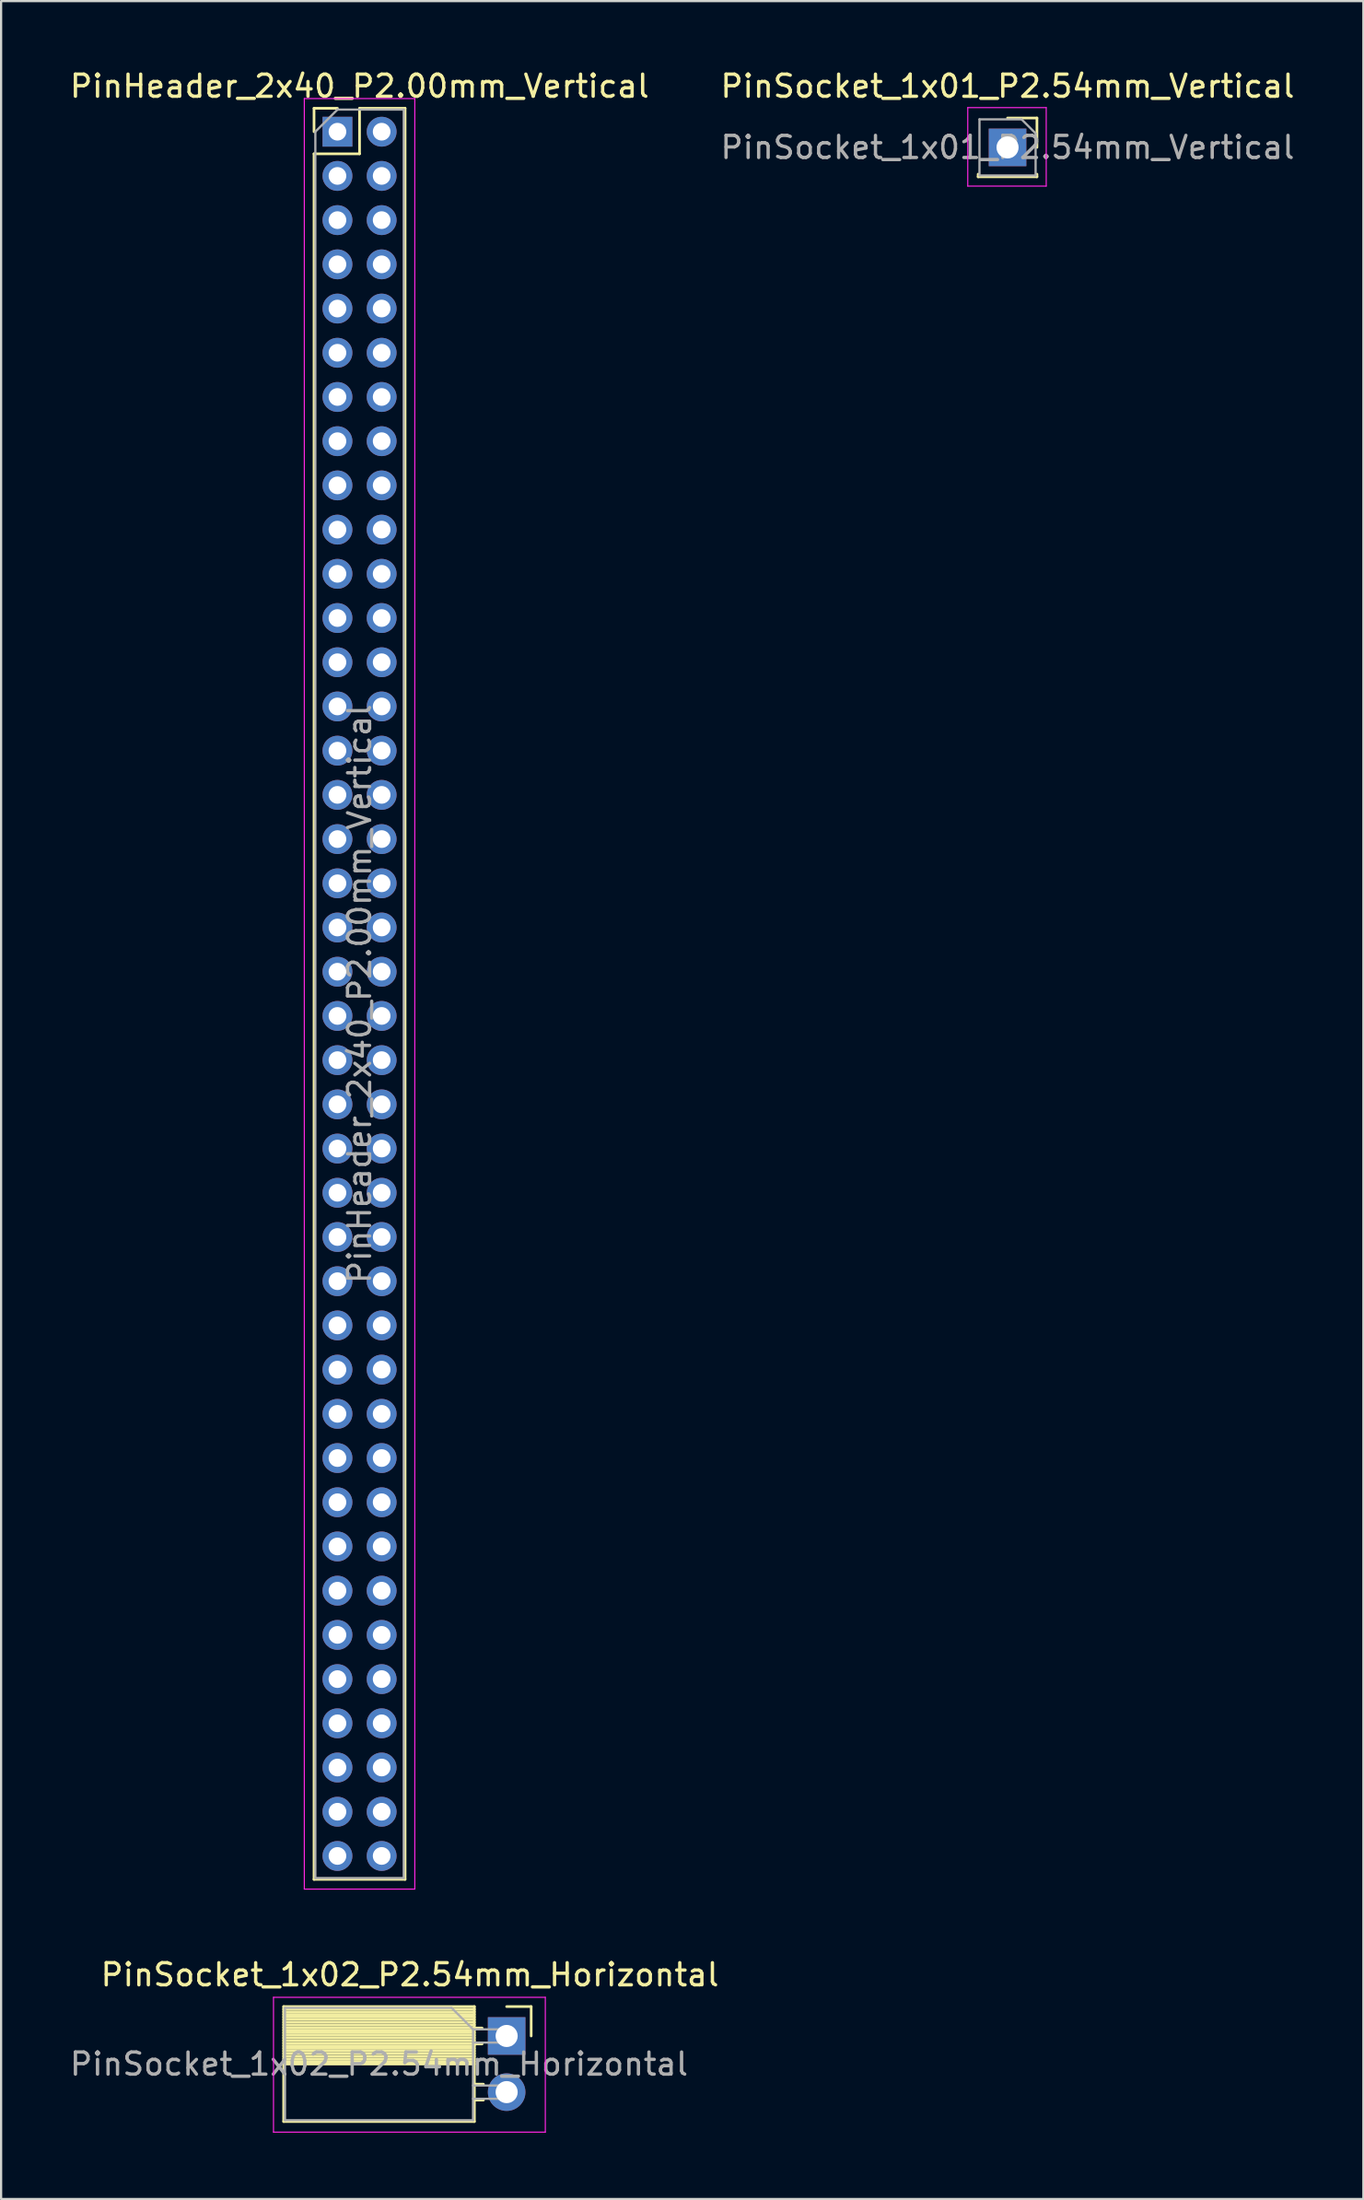
<source format=kicad_pcb>
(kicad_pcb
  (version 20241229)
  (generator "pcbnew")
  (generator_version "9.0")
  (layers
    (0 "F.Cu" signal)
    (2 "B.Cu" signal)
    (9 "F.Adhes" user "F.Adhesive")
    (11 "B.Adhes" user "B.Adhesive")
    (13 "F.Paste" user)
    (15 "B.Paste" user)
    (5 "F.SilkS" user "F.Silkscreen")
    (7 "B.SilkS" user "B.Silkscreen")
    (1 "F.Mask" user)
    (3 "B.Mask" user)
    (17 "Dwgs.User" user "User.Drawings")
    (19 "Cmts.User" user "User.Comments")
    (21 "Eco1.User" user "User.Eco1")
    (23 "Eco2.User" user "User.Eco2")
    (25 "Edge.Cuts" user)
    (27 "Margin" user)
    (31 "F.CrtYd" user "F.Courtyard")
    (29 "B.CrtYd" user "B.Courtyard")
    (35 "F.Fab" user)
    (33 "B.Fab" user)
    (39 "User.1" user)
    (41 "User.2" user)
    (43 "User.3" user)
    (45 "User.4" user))
  (footprint "PinSocket_1x02_P2.54mm_Horizontal"
    (layer "F.Cu")
    (at 19.876 89.052)
    (property "Reference" "PinSocket_1x02_P2.54mm_Horizontal" (at -4.38 -2.77 0) (layer "F.SilkS") (effects (font (size 1 1) (thickness 0.15))))
    (attr through_hole)
    (fp_line (start -10.09 -1.33) (end -10.09 3.87) (stroke (width 0.12) (type solid)) (layer "F.SilkS"))
    (fp_line (start -10.09 -1.33) (end -1.46 -1.33) (stroke (width 0.12) (type solid)) (layer "F.SilkS"))
    (fp_line (start -10.09 -1.21) (end -1.46 -1.21) (stroke (width 0.12) (type solid)) (layer "F.SilkS"))
    (fp_line (start -10.09 -1.092) (end -1.46 -1.092) (stroke (width 0.12) (type solid)) (layer "F.SilkS"))
    (fp_line (start -10.09 -0.974) (end -1.46 -0.974) (stroke (width 0.12) (type solid)) (layer "F.SilkS"))
    (fp_line (start -10.09 -0.856) (end -1.46 -0.856) (stroke (width 0.12) (type solid)) (layer "F.SilkS"))
    (fp_line (start -10.09 -0.738) (end -1.46 -0.738) (stroke (width 0.12) (type solid)) (layer "F.SilkS"))
    (fp_line (start -10.09 -0.62) (end -1.46 -0.62) (stroke (width 0.12) (type solid)) (layer "F.SilkS"))
    (fp_line (start -10.09 -0.501) (end -1.46 -0.501) (stroke (width 0.12) (type solid)) (layer "F.SilkS"))
    (fp_line (start -10.09 -0.383) (end -1.46 -0.383) (stroke (width 0.12) (type solid)) (layer "F.SilkS"))
    (fp_line (start -10.09 -0.265) (end -1.46 -0.265) (stroke (width 0.12) (type solid)) (layer "F.SilkS"))
    (fp_line (start -10.09 -0.147) (end -1.46 -0.147) (stroke (width 0.12) (type solid)) (layer "F.SilkS"))
    (fp_line (start -10.09 -0.029) (end -1.46 -0.029) (stroke (width 0.12) (type solid)) (layer "F.SilkS"))
    (fp_line (start -10.09 0.089) (end -1.46 0.089) (stroke (width 0.12) (type solid)) (layer "F.SilkS"))
    (fp_line (start -10.09 0.207) (end -1.46 0.207) (stroke (width 0.12) (type solid)) (layer "F.SilkS"))
    (fp_line (start -10.09 0.325) (end -1.46 0.325) (stroke (width 0.12) (type solid)) (layer "F.SilkS"))
    (fp_line (start -10.09 0.443) (end -1.46 0.443) (stroke (width 0.12) (type solid)) (layer "F.SilkS"))
    (fp_line (start -10.09 0.561) (end -1.46 0.561) (stroke (width 0.12) (type solid)) (layer "F.SilkS"))
    (fp_line (start -10.09 0.68) (end -1.46 0.68) (stroke (width 0.12) (type solid)) (layer "F.SilkS"))
    (fp_line (start -10.09 0.798) (end -1.46 0.798) (stroke (width 0.12) (type solid)) (layer "F.SilkS"))
    (fp_line (start -10.09 0.916) (end -1.46 0.916) (stroke (width 0.12) (type solid)) (layer "F.SilkS"))
    (fp_line (start -10.09 1.034) (end -1.46 1.034) (stroke (width 0.12) (type solid)) (layer "F.SilkS"))
    (fp_line (start -10.09 1.152) (end -1.46 1.152) (stroke (width 0.12) (type solid)) (layer "F.SilkS"))
    (fp_line (start -10.09 1.27) (end -1.46 1.27) (stroke (width 0.12) (type solid)) (layer "F.SilkS"))
    (fp_line (start -10.09 3.87) (end -1.46 3.87) (stroke (width 0.12) (type solid)) (layer "F.SilkS"))
    (fp_line (start -1.46 -1.33) (end -1.46 3.87) (stroke (width 0.12) (type solid)) (layer "F.SilkS"))
    (fp_line (start -1.46 -0.36) (end -1.11 -0.36) (stroke (width 0.12) (type solid)) (layer "F.SilkS"))
    (fp_line (start -1.46 0.36) (end -1.11 0.36) (stroke (width 0.12) (type solid)) (layer "F.SilkS"))
    (fp_line (start -1.46 2.18) (end -1.05 2.18) (stroke (width 0.12) (type solid)) (layer "F.SilkS"))
    (fp_line (start -1.46 2.9) (end -1.05 2.9) (stroke (width 0.12) (type solid)) (layer "F.SilkS"))
    (fp_line (start 0 -1.33) (end 1.11 -1.33) (stroke (width 0.12) (type solid)) (layer "F.SilkS"))
    (fp_line (start 1.11 -1.33) (end 1.11 0) (stroke (width 0.12) (type solid)) (layer "F.SilkS"))
    (fp_line (start -10.55 -1.75) (end -10.55 4.35) (stroke (width 0.05) (type solid)) (layer "F.CrtYd"))
    (fp_line (start -10.55 4.35) (end 1.75 4.35) (stroke (width 0.05) (type solid)) (layer "F.CrtYd"))
    (fp_line (start 1.75 -1.75) (end -10.55 -1.75) (stroke (width 0.05) (type solid)) (layer "F.CrtYd"))
    (fp_line (start 1.75 4.35) (end 1.75 -1.75) (stroke (width 0.05) (type solid)) (layer "F.CrtYd"))
    (fp_line (start -10.03 -1.27) (end -2.49 -1.27) (stroke (width 0.1) (type solid)) (layer "F.Fab"))
    (fp_line (start -10.03 3.81) (end -10.03 -1.27) (stroke (width 0.1) (type solid)) (layer "F.Fab"))
    (fp_line (start -2.49 -1.27) (end -1.52 -0.3) (stroke (width 0.1) (type solid)) (layer "F.Fab"))
    (fp_line (start -1.52 -0.3) (end -1.52 3.81) (stroke (width 0.1) (type solid)) (layer "F.Fab"))
    (fp_line (start -1.52 0.3) (end 0 0.3) (stroke (width 0.1) (type solid)) (layer "F.Fab"))
    (fp_line (start -1.52 2.84) (end 0 2.84) (stroke (width 0.1) (type solid)) (layer "F.Fab"))
    (fp_line (start -1.52 3.81) (end -10.03 3.81) (stroke (width 0.1) (type solid)) (layer "F.Fab"))
    (fp_line (start 0 -0.3) (end -1.52 -0.3) (stroke (width 0.1) (type solid)) (layer "F.Fab"))
    (fp_line (start 0 0.3) (end 0 -0.3) (stroke (width 0.1) (type solid)) (layer "F.Fab"))
    (fp_line (start 0 2.24) (end -1.52 2.24) (stroke (width 0.1) (type solid)) (layer "F.Fab"))
    (fp_line (start 0 2.84) (end 0 2.24) (stroke (width 0.1) (type solid)) (layer "F.Fab"))
    (fp_text user "${REFERENCE}" (at -5.775 1.27 0) (layer "F.Fab") (effects (font (size 1 1) (thickness 0.15))))
    (pad "1" thru_hole rect (at 0 0) (size 1.7 1.7) (drill 1) (layers "*.Cu" "*.Mask"))
    (pad "2" thru_hole oval (at 0 2.54) (size 1.7 1.7) (drill 1) (layers "*.Cu" "*.Mask")))
  (footprint "PinHeader_2x40_P2.00mm_Vertical"
    (layer "F.Cu")
    (at 12.22 2.908)
    (property "Reference" "PinHeader_2x40_P2.00mm_Vertical" (at 1 -2.06 0) (layer "F.SilkS") (effects (font (size 1 1) (thickness 0.15))))
    (attr through_hole)
    (fp_line (start -1.06 -1.06) (end 0 -1.06) (stroke (width 0.12) (type solid)) (layer "F.SilkS"))
    (fp_line (start -1.06 0) (end -1.06 -1.06) (stroke (width 0.12) (type solid)) (layer "F.SilkS"))
    (fp_line (start -1.06 1) (end -1.06 79.06) (stroke (width 0.12) (type solid)) (layer "F.SilkS"))
    (fp_line (start -1.06 1) (end 1 1) (stroke (width 0.12) (type solid)) (layer "F.SilkS"))
    (fp_line (start -1.06 79.06) (end 3.06 79.06) (stroke (width 0.12) (type solid)) (layer "F.SilkS"))
    (fp_line (start 1 -1.06) (end 3.06 -1.06) (stroke (width 0.12) (type solid)) (layer "F.SilkS"))
    (fp_line (start 1 1) (end 1 -1.06) (stroke (width 0.12) (type solid)) (layer "F.SilkS"))
    (fp_line (start 3.06 -1.06) (end 3.06 79.06) (stroke (width 0.12) (type solid)) (layer "F.SilkS"))
    (fp_line (start -1.5 -1.5) (end -1.5 79.5) (stroke (width 0.05) (type solid)) (layer "F.CrtYd"))
    (fp_line (start -1.5 79.5) (end 3.5 79.5) (stroke (width 0.05) (type solid)) (layer "F.CrtYd"))
    (fp_line (start 3.5 -1.5) (end -1.5 -1.5) (stroke (width 0.05) (type solid)) (layer "F.CrtYd"))
    (fp_line (start 3.5 79.5) (end 3.5 -1.5) (stroke (width 0.05) (type solid)) (layer "F.CrtYd"))
    (fp_line (start -1 0) (end 0 -1) (stroke (width 0.1) (type solid)) (layer "F.Fab"))
    (fp_line (start -1 79) (end -1 0) (stroke (width 0.1) (type solid)) (layer "F.Fab"))
    (fp_line (start 0 -1) (end 3 -1) (stroke (width 0.1) (type solid)) (layer "F.Fab"))
    (fp_line (start 3 -1) (end 3 79) (stroke (width 0.1) (type solid)) (layer "F.Fab"))
    (fp_line (start 3 79) (end -1 79) (stroke (width 0.1) (type solid)) (layer "F.Fab"))
    (fp_text user "${REFERENCE}" (at 1 39 90) (layer "F.Fab") (effects (font (size 1 1) (thickness 0.15))))
    (pad "1" thru_hole rect (at 0 0) (size 1.35 1.35) (drill 0.8) (layers "*.Cu" "*.Mask"))
    (pad "2" thru_hole oval (at 2 0) (size 1.35 1.35) (drill 0.8) (layers "*.Cu" "*.Mask"))
    (pad "3" thru_hole oval (at 0 2) (size 1.35 1.35) (drill 0.8) (layers "*.Cu" "*.Mask"))
    (pad "4" thru_hole oval (at 2 2) (size 1.35 1.35) (drill 0.8) (layers "*.Cu" "*.Mask"))
    (pad "5" thru_hole oval (at 0 4) (size 1.35 1.35) (drill 0.8) (layers "*.Cu" "*.Mask"))
    (pad "6" thru_hole oval (at 2 4) (size 1.35 1.35) (drill 0.8) (layers "*.Cu" "*.Mask"))
    (pad "7" thru_hole oval (at 0 6) (size 1.35 1.35) (drill 0.8) (layers "*.Cu" "*.Mask"))
    (pad "8" thru_hole oval (at 2 6) (size 1.35 1.35) (drill 0.8) (layers "*.Cu" "*.Mask"))
    (pad "9" thru_hole oval (at 0 8) (size 1.35 1.35) (drill 0.8) (layers "*.Cu" "*.Mask"))
    (pad "10" thru_hole oval (at 2 8) (size 1.35 1.35) (drill 0.8) (layers "*.Cu" "*.Mask"))
    (pad "11" thru_hole oval (at 0 10) (size 1.35 1.35) (drill 0.8) (layers "*.Cu" "*.Mask"))
    (pad "12" thru_hole oval (at 2 10) (size 1.35 1.35) (drill 0.8) (layers "*.Cu" "*.Mask"))
    (pad "13" thru_hole oval (at 0 12) (size 1.35 1.35) (drill 0.8) (layers "*.Cu" "*.Mask"))
    (pad "14" thru_hole oval (at 2 12) (size 1.35 1.35) (drill 0.8) (layers "*.Cu" "*.Mask"))
    (pad "15" thru_hole oval (at 0 14) (size 1.35 1.35) (drill 0.8) (layers "*.Cu" "*.Mask"))
    (pad "16" thru_hole oval (at 2 14) (size 1.35 1.35) (drill 0.8) (layers "*.Cu" "*.Mask"))
    (pad "17" thru_hole oval (at 0 16) (size 1.35 1.35) (drill 0.8) (layers "*.Cu" "*.Mask"))
    (pad "18" thru_hole oval (at 2 16) (size 1.35 1.35) (drill 0.8) (layers "*.Cu" "*.Mask"))
    (pad "19" thru_hole oval (at 0 18) (size 1.35 1.35) (drill 0.8) (layers "*.Cu" "*.Mask"))
    (pad "20" thru_hole oval (at 2 18) (size 1.35 1.35) (drill 0.8) (layers "*.Cu" "*.Mask"))
    (pad "21" thru_hole oval (at 0 20) (size 1.35 1.35) (drill 0.8) (layers "*.Cu" "*.Mask"))
    (pad "22" thru_hole oval (at 2 20) (size 1.35 1.35) (drill 0.8) (layers "*.Cu" "*.Mask"))
    (pad "23" thru_hole oval (at 0 22) (size 1.35 1.35) (drill 0.8) (layers "*.Cu" "*.Mask"))
    (pad "24" thru_hole oval (at 2 22) (size 1.35 1.35) (drill 0.8) (layers "*.Cu" "*.Mask"))
    (pad "25" thru_hole oval (at 0 24) (size 1.35 1.35) (drill 0.8) (layers "*.Cu" "*.Mask"))
    (pad "26" thru_hole oval (at 2 24) (size 1.35 1.35) (drill 0.8) (layers "*.Cu" "*.Mask"))
    (pad "27" thru_hole oval (at 0 26) (size 1.35 1.35) (drill 0.8) (layers "*.Cu" "*.Mask"))
    (pad "28" thru_hole oval (at 2 26) (size 1.35 1.35) (drill 0.8) (layers "*.Cu" "*.Mask"))
    (pad "29" thru_hole oval (at 0 28) (size 1.35 1.35) (drill 0.8) (layers "*.Cu" "*.Mask"))
    (pad "30" thru_hole oval (at 2 28) (size 1.35 1.35) (drill 0.8) (layers "*.Cu" "*.Mask"))
    (pad "31" thru_hole oval (at 0 30) (size 1.35 1.35) (drill 0.8) (layers "*.Cu" "*.Mask"))
    (pad "32" thru_hole oval (at 2 30) (size 1.35 1.35) (drill 0.8) (layers "*.Cu" "*.Mask"))
    (pad "33" thru_hole oval (at 0 32) (size 1.35 1.35) (drill 0.8) (layers "*.Cu" "*.Mask"))
    (pad "34" thru_hole oval (at 2 32) (size 1.35 1.35) (drill 0.8) (layers "*.Cu" "*.Mask"))
    (pad "35" thru_hole oval (at 0 34) (size 1.35 1.35) (drill 0.8) (layers "*.Cu" "*.Mask"))
    (pad "36" thru_hole oval (at 2 34) (size 1.35 1.35) (drill 0.8) (layers "*.Cu" "*.Mask"))
    (pad "37" thru_hole oval (at 0 36) (size 1.35 1.35) (drill 0.8) (layers "*.Cu" "*.Mask"))
    (pad "38" thru_hole oval (at 2 36) (size 1.35 1.35) (drill 0.8) (layers "*.Cu" "*.Mask"))
    (pad "39" thru_hole oval (at 0 38) (size 1.35 1.35) (drill 0.8) (layers "*.Cu" "*.Mask"))
    (pad "40" thru_hole oval (at 2 38) (size 1.35 1.35) (drill 0.8) (layers "*.Cu" "*.Mask"))
    (pad "41" thru_hole oval (at 0 40) (size 1.35 1.35) (drill 0.8) (layers "*.Cu" "*.Mask"))
    (pad "42" thru_hole oval (at 2 40) (size 1.35 1.35) (drill 0.8) (layers "*.Cu" "*.Mask"))
    (pad "43" thru_hole oval (at 0 42) (size 1.35 1.35) (drill 0.8) (layers "*.Cu" "*.Mask"))
    (pad "44" thru_hole oval (at 2 42) (size 1.35 1.35) (drill 0.8) (layers "*.Cu" "*.Mask"))
    (pad "45" thru_hole oval (at 0 44) (size 1.35 1.35) (drill 0.8) (layers "*.Cu" "*.Mask"))
    (pad "46" thru_hole oval (at 2 44) (size 1.35 1.35) (drill 0.8) (layers "*.Cu" "*.Mask"))
    (pad "47" thru_hole oval (at 0 46) (size 1.35 1.35) (drill 0.8) (layers "*.Cu" "*.Mask"))
    (pad "48" thru_hole oval (at 2 46) (size 1.35 1.35) (drill 0.8) (layers "*.Cu" "*.Mask"))
    (pad "49" thru_hole oval (at 0 48) (size 1.35 1.35) (drill 0.8) (layers "*.Cu" "*.Mask"))
    (pad "50" thru_hole oval (at 2 48) (size 1.35 1.35) (drill 0.8) (layers "*.Cu" "*.Mask"))
    (pad "51" thru_hole oval (at 0 50) (size 1.35 1.35) (drill 0.8) (layers "*.Cu" "*.Mask"))
    (pad "52" thru_hole oval (at 2 50) (size 1.35 1.35) (drill 0.8) (layers "*.Cu" "*.Mask"))
    (pad "53" thru_hole oval (at 0 52) (size 1.35 1.35) (drill 0.8) (layers "*.Cu" "*.Mask"))
    (pad "54" thru_hole oval (at 2 52) (size 1.35 1.35) (drill 0.8) (layers "*.Cu" "*.Mask"))
    (pad "55" thru_hole oval (at 0 54) (size 1.35 1.35) (drill 0.8) (layers "*.Cu" "*.Mask"))
    (pad "56" thru_hole oval (at 2 54) (size 1.35 1.35) (drill 0.8) (layers "*.Cu" "*.Mask"))
    (pad "57" thru_hole oval (at 0 56) (size 1.35 1.35) (drill 0.8) (layers "*.Cu" "*.Mask"))
    (pad "58" thru_hole oval (at 2 56) (size 1.35 1.35) (drill 0.8) (layers "*.Cu" "*.Mask"))
    (pad "59" thru_hole oval (at 0 58) (size 1.35 1.35) (drill 0.8) (layers "*.Cu" "*.Mask"))
    (pad "60" thru_hole oval (at 2 58) (size 1.35 1.35) (drill 0.8) (layers "*.Cu" "*.Mask"))
    (pad "61" thru_hole oval (at 0 60) (size 1.35 1.35) (drill 0.8) (layers "*.Cu" "*.Mask"))
    (pad "62" thru_hole oval (at 2 60) (size 1.35 1.35) (drill 0.8) (layers "*.Cu" "*.Mask"))
    (pad "63" thru_hole oval (at 0 62) (size 1.35 1.35) (drill 0.8) (layers "*.Cu" "*.Mask"))
    (pad "64" thru_hole oval (at 2 62) (size 1.35 1.35) (drill 0.8) (layers "*.Cu" "*.Mask"))
    (pad "65" thru_hole oval (at 0 64) (size 1.35 1.35) (drill 0.8) (layers "*.Cu" "*.Mask"))
    (pad "66" thru_hole oval (at 2 64) (size 1.35 1.35) (drill 0.8) (layers "*.Cu" "*.Mask"))
    (pad "67" thru_hole oval (at 0 66) (size 1.35 1.35) (drill 0.8) (layers "*.Cu" "*.Mask"))
    (pad "68" thru_hole oval (at 2 66) (size 1.35 1.35) (drill 0.8) (layers "*.Cu" "*.Mask"))
    (pad "69" thru_hole oval (at 0 68) (size 1.35 1.35) (drill 0.8) (layers "*.Cu" "*.Mask"))
    (pad "70" thru_hole oval (at 2 68) (size 1.35 1.35) (drill 0.8) (layers "*.Cu" "*.Mask"))
    (pad "71" thru_hole oval (at 0 70) (size 1.35 1.35) (drill 0.8) (layers "*.Cu" "*.Mask"))
    (pad "72" thru_hole oval (at 2 70) (size 1.35 1.35) (drill 0.8) (layers "*.Cu" "*.Mask"))
    (pad "73" thru_hole oval (at 0 72) (size 1.35 1.35) (drill 0.8) (layers "*.Cu" "*.Mask"))
    (pad "74" thru_hole oval (at 2 72) (size 1.35 1.35) (drill 0.8) (layers "*.Cu" "*.Mask"))
    (pad "75" thru_hole oval (at 0 74) (size 1.35 1.35) (drill 0.8) (layers "*.Cu" "*.Mask"))
    (pad "76" thru_hole oval (at 2 74) (size 1.35 1.35) (drill 0.8) (layers "*.Cu" "*.Mask"))
    (pad "77" thru_hole oval (at 0 76) (size 1.35 1.35) (drill 0.8) (layers "*.Cu" "*.Mask"))
    (pad "78" thru_hole oval (at 2 76) (size 1.35 1.35) (drill 0.8) (layers "*.Cu" "*.Mask"))
    (pad "79" thru_hole oval (at 0 78) (size 1.35 1.35) (drill 0.8) (layers "*.Cu" "*.Mask"))
    (pad "80" thru_hole oval (at 2 78) (size 1.35 1.35) (drill 0.8) (layers "*.Cu" "*.Mask")))
  (footprint "PinSocket_1x01_P2.54mm_Vertical"
    (layer "F.Cu")
    (at 42.542 3.618)
    (property "Reference" "PinSocket_1x01_P2.54mm_Vertical" (at 0 -2.77 0) (layer "F.SilkS") (effects (font (size 1 1) (thickness 0.15))))
    (attr through_hole)
    (fp_line (start -1.33 1.21) (end -1.33 1.33) (stroke (width 0.12) (type solid)) (layer "F.SilkS"))
    (fp_line (start -1.33 1.33) (end 1.33 1.33) (stroke (width 0.12) (type solid)) (layer "F.SilkS"))
    (fp_line (start 0 -1.33) (end 1.33 -1.33) (stroke (width 0.12) (type solid)) (layer "F.SilkS"))
    (fp_line (start 1.33 -1.33) (end 1.33 0) (stroke (width 0.12) (type solid)) (layer "F.SilkS"))
    (fp_line (start 1.33 1.21) (end 1.33 1.33) (stroke (width 0.12) (type solid)) (layer "F.SilkS"))
    (fp_line (start -1.8 -1.8) (end 1.75 -1.8) (stroke (width 0.05) (type solid)) (layer "F.CrtYd"))
    (fp_line (start -1.8 1.75) (end -1.8 -1.8) (stroke (width 0.05) (type solid)) (layer "F.CrtYd"))
    (fp_line (start 1.75 -1.8) (end 1.75 1.75) (stroke (width 0.05) (type solid)) (layer "F.CrtYd"))
    (fp_line (start 1.75 1.75) (end -1.8 1.75) (stroke (width 0.05) (type solid)) (layer "F.CrtYd"))
    (fp_line (start -1.27 -1.27) (end 0.635 -1.27) (stroke (width 0.1) (type solid)) (layer "F.Fab"))
    (fp_line (start -1.27 1.27) (end -1.27 -1.27) (stroke (width 0.1) (type solid)) (layer "F.Fab"))
    (fp_line (start 0.635 -1.27) (end 1.27 -0.635) (stroke (width 0.1) (type solid)) (layer "F.Fab"))
    (fp_line (start 1.27 -0.635) (end 1.27 1.27) (stroke (width 0.1) (type solid)) (layer "F.Fab"))
    (fp_line (start 1.27 1.27) (end -1.27 1.27) (stroke (width 0.1) (type solid)) (layer "F.Fab"))
    (fp_text user "${REFERENCE}" (at 0 0 0) (layer "F.Fab") (effects (font (size 1 1) (thickness 0.15))))
    (pad "1" thru_hole rect (at 0 0) (size 1.7 1.7) (drill 1) (layers "*.Cu" "*.Mask")))
  (gr_rect
    (start -3 -3)
    (end 58.643 96.427)
    (stroke (width 0.1) (type default))
    (fill no)
    (layer "Edge.Cuts")))
</source>
